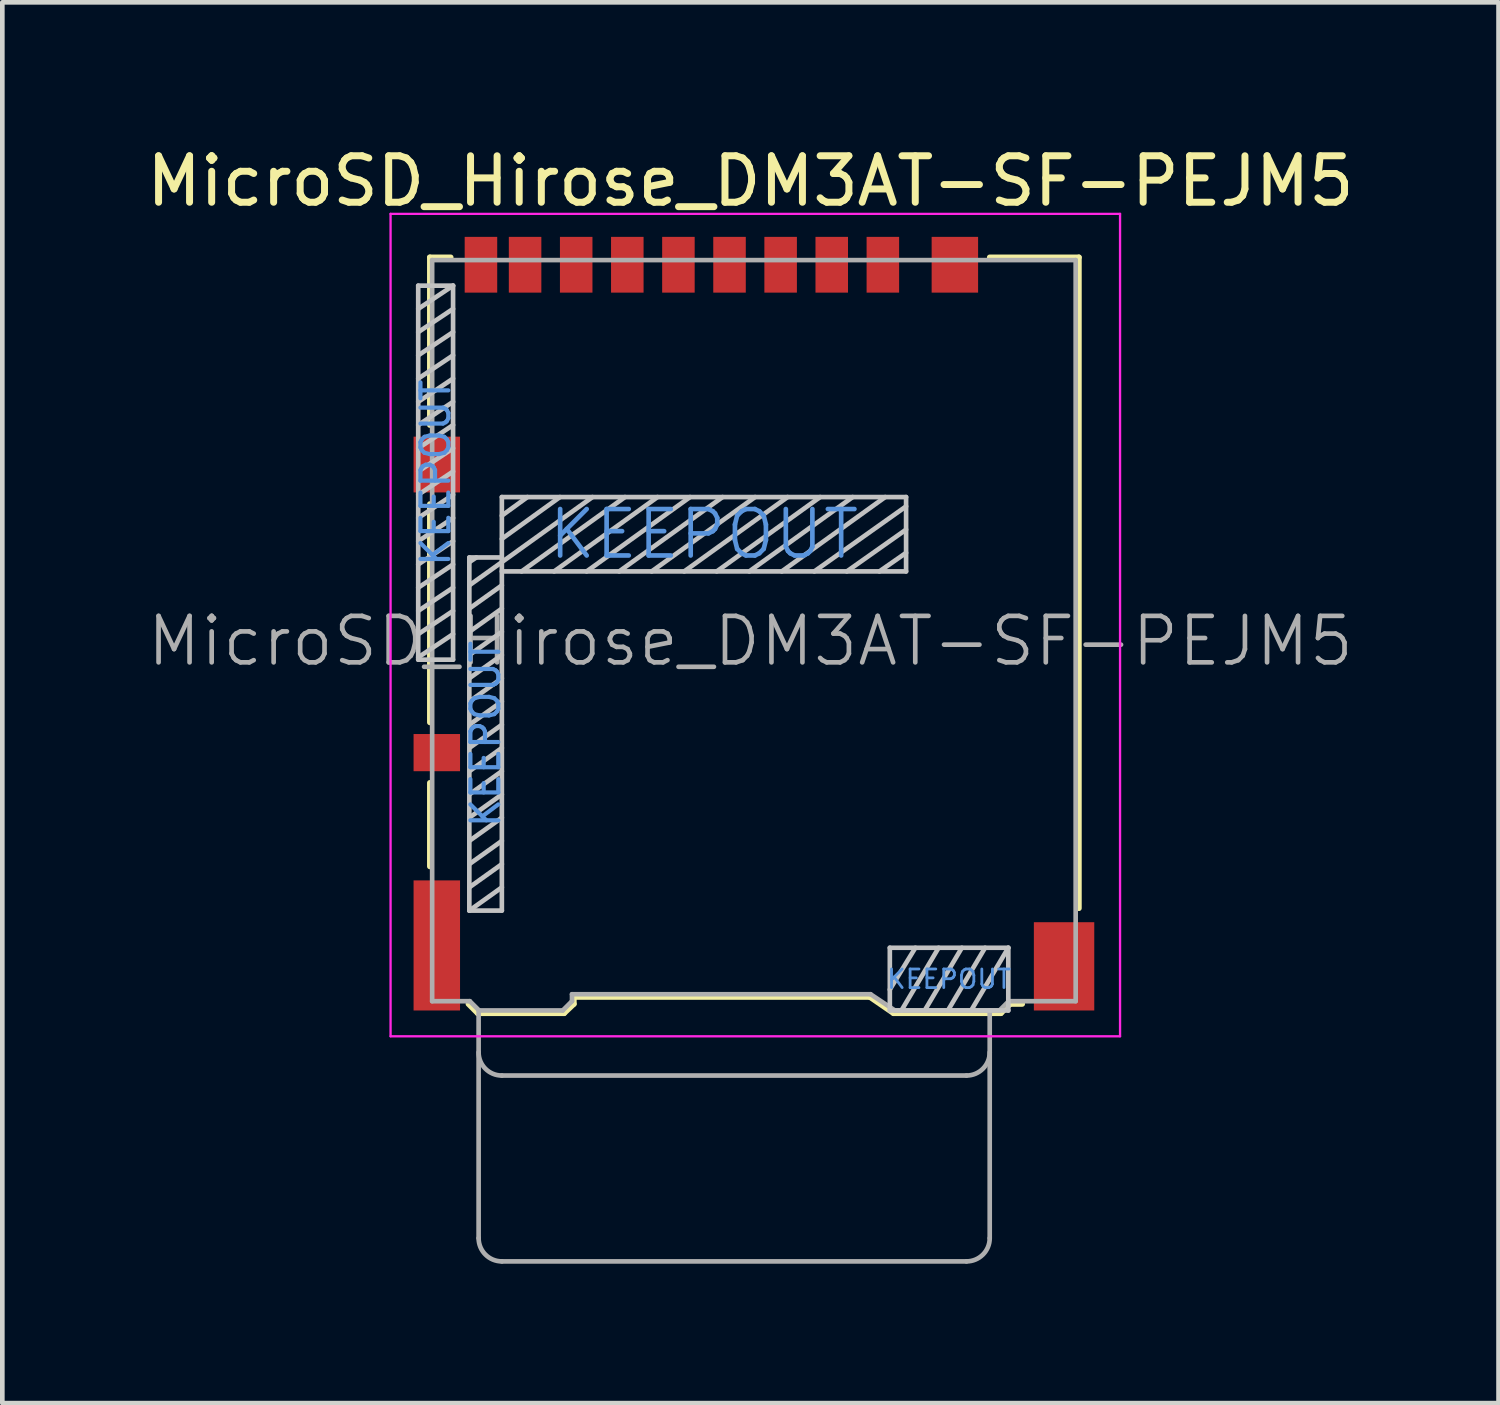
<source format=kicad_pcb>
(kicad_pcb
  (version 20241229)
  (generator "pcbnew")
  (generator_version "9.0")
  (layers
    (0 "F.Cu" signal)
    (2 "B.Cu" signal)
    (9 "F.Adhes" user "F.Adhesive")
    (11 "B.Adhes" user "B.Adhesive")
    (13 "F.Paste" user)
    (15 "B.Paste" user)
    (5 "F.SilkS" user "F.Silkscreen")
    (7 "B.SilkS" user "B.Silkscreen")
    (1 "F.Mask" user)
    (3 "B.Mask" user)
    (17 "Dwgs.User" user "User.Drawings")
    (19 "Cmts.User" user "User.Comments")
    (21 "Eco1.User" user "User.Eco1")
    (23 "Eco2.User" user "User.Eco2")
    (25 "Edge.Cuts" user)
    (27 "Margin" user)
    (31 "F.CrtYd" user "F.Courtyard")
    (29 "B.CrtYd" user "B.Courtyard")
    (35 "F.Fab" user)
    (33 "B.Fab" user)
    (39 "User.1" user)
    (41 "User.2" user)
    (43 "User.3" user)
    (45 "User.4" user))
  (footprint "MicroSD_Hirose_DM3AT-SF-PEJM5"
    (layer "F.Cu")
    (at 13.176 10.373)
    (property "Reference" "MicroSD_Hirose_DM3AT-SF-PEJM5" (at -0.075 -9.525 0) (layer "F.SilkS") (effects (font (size 1 1) (thickness 0.15))))
    (attr smd)
    (fp_line (start -6.975 -7.885) (end -6.975 -4.275) (stroke (width 0.12) (type solid)) (layer "F.SilkS"))
    (fp_line (start -6.975 -2.575) (end -6.975 2.125) (stroke (width 0.12) (type solid)) (layer "F.SilkS"))
    (fp_line (start -6.975 3.425) (end -6.975 5.225) (stroke (width 0.12) (type solid)) (layer "F.SilkS"))
    (fp_line (start -6.525 -7.885) (end -6.975 -7.885) (stroke (width 0.12) (type solid)) (layer "F.SilkS"))
    (fp_line (start -5.945 8.385) (end -6.145 8.185) (stroke (width 0.12) (type solid)) (layer "F.SilkS"))
    (fp_line (start -5.945 8.385) (end -4.085 8.385) (stroke (width 0.12) (type solid)) (layer "F.SilkS"))
    (fp_line (start -4.085 8.385) (end -3.875 8.185) (stroke (width 0.12) (type solid)) (layer "F.SilkS"))
    (fp_line (start -3.875 8.035) (end -3.875 8.185) (stroke (width 0.12) (type solid)) (layer "F.SilkS"))
    (fp_line (start -3.875 8.035) (end 2.495 8.035) (stroke (width 0.12) (type solid)) (layer "F.SilkS"))
    (fp_line (start 3.005 8.385) (end 2.495 8.035) (stroke (width 0.12) (type solid)) (layer "F.SilkS"))
    (fp_line (start 5.075 -7.885) (end 6.995 -7.885) (stroke (width 0.12) (type solid)) (layer "F.SilkS"))
    (fp_line (start 5.315 8.385) (end 3.005 8.385) (stroke (width 0.12) (type solid)) (layer "F.SilkS"))
    (fp_line (start 5.315 8.385) (end 5.515 8.185) (stroke (width 0.12) (type solid)) (layer "F.SilkS"))
    (fp_line (start 5.515 8.185) (end 5.775 8.185) (stroke (width 0.12) (type solid)) (layer "F.SilkS"))
    (fp_line (start 6.995 -7.885) (end 6.995 6.125) (stroke (width 0.12) (type solid)) (layer "F.SilkS"))
    (fp_line (start -7.225 -7.275) (end -6.475 -7.275) (stroke (width 0.1) (type solid)) (layer "Dwgs.User"))
    (fp_line (start -7.225 0.775) (end -7.225 -7.275) (stroke (width 0.1) (type solid)) (layer "Dwgs.User"))
    (fp_line (start -6.475 -7.275) (end -7.225 -6.775) (stroke (width 0.1) (type solid)) (layer "Dwgs.User"))
    (fp_line (start -6.475 -7.275) (end -6.475 0.775) (stroke (width 0.1) (type solid)) (layer "Dwgs.User"))
    (fp_line (start -6.475 -6.775) (end -7.225 -6.275) (stroke (width 0.1) (type solid)) (layer "Dwgs.User"))
    (fp_line (start -6.475 -6.275) (end -7.225 -5.775) (stroke (width 0.1) (type solid)) (layer "Dwgs.User"))
    (fp_line (start -6.475 -5.775) (end -7.225 -5.275) (stroke (width 0.1) (type solid)) (layer "Dwgs.User"))
    (fp_line (start -6.475 -5.275) (end -7.225 -4.775) (stroke (width 0.1) (type solid)) (layer "Dwgs.User"))
    (fp_line (start -6.475 -4.775) (end -7.225 -4.275) (stroke (width 0.1) (type solid)) (layer "Dwgs.User"))
    (fp_line (start -6.475 -4.275) (end -7.225 -3.775) (stroke (width 0.1) (type solid)) (layer "Dwgs.User"))
    (fp_line (start -6.475 -3.775) (end -7.225 -3.275) (stroke (width 0.1) (type solid)) (layer "Dwgs.User"))
    (fp_line (start -6.475 -3.275) (end -7.225 -2.775) (stroke (width 0.1) (type solid)) (layer "Dwgs.User"))
    (fp_line (start -6.475 -2.775) (end -7.225 -2.275) (stroke (width 0.1) (type solid)) (layer "Dwgs.User"))
    (fp_line (start -6.475 -2.275) (end -7.225 -1.775) (stroke (width 0.1) (type solid)) (layer "Dwgs.User"))
    (fp_line (start -6.475 -1.775) (end -7.225 -1.275) (stroke (width 0.1) (type solid)) (layer "Dwgs.User"))
    (fp_line (start -6.475 -1.275) (end -7.225 -0.775) (stroke (width 0.1) (type solid)) (layer "Dwgs.User"))
    (fp_line (start -6.475 -0.775) (end -7.225 -0.275) (stroke (width 0.1) (type solid)) (layer "Dwgs.User"))
    (fp_line (start -6.475 -0.275) (end -7.225 0.225) (stroke (width 0.1) (type solid)) (layer "Dwgs.User"))
    (fp_line (start -6.475 0.225) (end -7.225 0.725) (stroke (width 0.1) (type solid)) (layer "Dwgs.User"))
    (fp_line (start -6.475 0.775) (end -7.225 0.775) (stroke (width 0.1) (type solid)) (layer "Dwgs.User"))
    (fp_line (start -6.125 -1.425) (end -5.425 -1.425) (stroke (width 0.1) (type solid)) (layer "Dwgs.User"))
    (fp_line (start -6.125 -1.325) (end -5.975 -1.425) (stroke (width 0.1) (type solid)) (layer "Dwgs.User"))
    (fp_line (start -6.125 -0.825) (end -5.425 -1.325) (stroke (width 0.1) (type solid)) (layer "Dwgs.User"))
    (fp_line (start -6.125 -0.325) (end -5.425 -0.825) (stroke (width 0.1) (type solid)) (layer "Dwgs.User"))
    (fp_line (start -6.125 0.175) (end -5.425 -0.325) (stroke (width 0.1) (type solid)) (layer "Dwgs.User"))
    (fp_line (start -6.125 0.675) (end -5.425 0.175) (stroke (width 0.1) (type solid)) (layer "Dwgs.User"))
    (fp_line (start -6.125 1.175) (end -5.425 0.675) (stroke (width 0.1) (type solid)) (layer "Dwgs.User"))
    (fp_line (start -6.125 1.675) (end -5.425 1.175) (stroke (width 0.1) (type solid)) (layer "Dwgs.User"))
    (fp_line (start -6.125 2.175) (end -5.425 1.675) (stroke (width 0.1) (type solid)) (layer "Dwgs.User"))
    (fp_line (start -6.125 2.675) (end -5.425 2.175) (stroke (width 0.1) (type solid)) (layer "Dwgs.User"))
    (fp_line (start -6.125 3.175) (end -5.425 2.675) (stroke (width 0.1) (type solid)) (layer "Dwgs.User"))
    (fp_line (start -6.125 3.675) (end -5.425 3.175) (stroke (width 0.1) (type solid)) (layer "Dwgs.User"))
    (fp_line (start -6.125 4.175) (end -5.425 3.675) (stroke (width 0.1) (type solid)) (layer "Dwgs.User"))
    (fp_line (start -6.125 4.675) (end -5.425 4.175) (stroke (width 0.1) (type solid)) (layer "Dwgs.User"))
    (fp_line (start -6.125 5.175) (end -5.425 4.675) (stroke (width 0.1) (type solid)) (layer "Dwgs.User"))
    (fp_line (start -6.125 5.675) (end -5.425 5.175) (stroke (width 0.1) (type solid)) (layer "Dwgs.User"))
    (fp_line (start -6.125 6.175) (end -6.125 -1.425) (stroke (width 0.1) (type solid)) (layer "Dwgs.User"))
    (fp_line (start -6.125 6.175) (end -5.425 5.675) (stroke (width 0.1) (type solid)) (layer "Dwgs.User"))
    (fp_line (start -5.425 -2.725) (end -5.425 6.175) (stroke (width 0.1) (type solid)) (layer "Dwgs.User"))
    (fp_line (start -5.425 -2.725) (end 3.275 -2.725) (stroke (width 0.1) (type solid)) (layer "Dwgs.User"))
    (fp_line (start -5.425 -1.325) (end -3.475 -2.725) (stroke (width 0.1) (type solid)) (layer "Dwgs.User"))
    (fp_line (start -5.425 6.175) (end -6.125 6.175) (stroke (width 0.1) (type solid)) (layer "Dwgs.User"))
    (fp_line (start -4.875 -2.725) (end -5.425 -2.325) (stroke (width 0.1) (type solid)) (layer "Dwgs.User"))
    (fp_line (start -4.175 -2.725) (end -5.425 -1.825) (stroke (width 0.1) (type solid)) (layer "Dwgs.User"))
    (fp_line (start -2.775 -2.725) (end -5 -1.125) (stroke (width 0.1) (type solid)) (layer "Dwgs.User"))
    (fp_line (start -2.075 -2.725) (end -4.3 -1.125) (stroke (width 0.1) (type solid)) (layer "Dwgs.User"))
    (fp_line (start -1.375 -2.725) (end -3.6 -1.125) (stroke (width 0.1) (type solid)) (layer "Dwgs.User"))
    (fp_line (start -0.675 -2.725) (end -2.9 -1.125) (stroke (width 0.1) (type solid)) (layer "Dwgs.User"))
    (fp_line (start 0.025 -2.725) (end -2.2 -1.125) (stroke (width 0.1) (type solid)) (layer "Dwgs.User"))
    (fp_line (start 0.725 -2.725) (end -1.5 -1.125) (stroke (width 0.1) (type solid)) (layer "Dwgs.User"))
    (fp_line (start 1.425 -2.725) (end -0.8 -1.125) (stroke (width 0.1) (type solid)) (layer "Dwgs.User"))
    (fp_line (start 2.125 -2.725) (end -0.1 -1.125) (stroke (width 0.1) (type solid)) (layer "Dwgs.User"))
    (fp_line (start 2.825 -2.725) (end 0.6 -1.125) (stroke (width 0.1) (type solid)) (layer "Dwgs.User"))
    (fp_line (start 2.925 6.975) (end 5.475 6.975) (stroke (width 0.1) (type solid)) (layer "Dwgs.User"))
    (fp_line (start 2.925 8.325) (end 2.925 6.975) (stroke (width 0.1) (type solid)) (layer "Dwgs.User"))
    (fp_line (start 3.275 -2.725) (end 3.275 -1.125) (stroke (width 0.1) (type solid)) (layer "Dwgs.User"))
    (fp_line (start 3.275 -2.525) (end 1.3 -1.125) (stroke (width 0.1) (type solid)) (layer "Dwgs.User"))
    (fp_line (start 3.275 -2.025) (end 2 -1.125) (stroke (width 0.1) (type solid)) (layer "Dwgs.User"))
    (fp_line (start 3.275 -1.525) (end 2.7 -1.125) (stroke (width 0.1) (type solid)) (layer "Dwgs.User"))
    (fp_line (start 3.275 -1.125) (end -5.425 -1.125) (stroke (width 0.1) (type solid)) (layer "Dwgs.User"))
    (fp_line (start 3.475 6.975) (end 2.925 7.875) (stroke (width 0.1) (type solid)) (layer "Dwgs.User"))
    (fp_line (start 3.975 6.975) (end 3.175 8.325) (stroke (width 0.1) (type solid)) (layer "Dwgs.User"))
    (fp_line (start 4.475 6.975) (end 3.675 8.325) (stroke (width 0.1) (type solid)) (layer "Dwgs.User"))
    (fp_line (start 4.975 6.975) (end 4.175 8.325) (stroke (width 0.1) (type solid)) (layer "Dwgs.User"))
    (fp_line (start 5.475 6.975) (end 4.675 8.325) (stroke (width 0.1) (type solid)) (layer "Dwgs.User"))
    (fp_line (start 5.475 6.975) (end 5.475 8.325) (stroke (width 0.1) (type solid)) (layer "Dwgs.User"))
    (fp_line (start 5.475 8.325) (end 2.925 8.325) (stroke (width 0.1) (type solid)) (layer "Dwgs.User"))
    (fp_line (start -7.82 -8.82) (end 7.88 -8.82) (stroke (width 0.05) (type solid)) (layer "F.CrtYd"))
    (fp_line (start -7.82 8.88) (end -7.82 -8.82) (stroke (width 0.05) (type solid)) (layer "F.CrtYd"))
    (fp_line (start 7.88 -8.82) (end 7.88 8.88) (stroke (width 0.05) (type solid)) (layer "F.CrtYd"))
    (fp_line (start 7.88 8.88) (end -7.82 8.88) (stroke (width 0.05) (type solid)) (layer "F.CrtYd"))
    (fp_line (start -6.925 8.125) (end -6.925 -7.825) (stroke (width 0.1) (type solid)) (layer "F.Fab"))
    (fp_line (start -6.115 8.125) (end -6.925 8.125) (stroke (width 0.1) (type solid)) (layer "F.Fab"))
    (fp_line (start -5.925 8.325) (end -5.925 13.225) (stroke (width 0.1) (type solid)) (layer "F.Fab"))
    (fp_line (start -5.915 8.325) (end -6.115 8.125) (stroke (width 0.1) (type solid)) (layer "F.Fab"))
    (fp_line (start -5.425 9.725) (end 4.575 9.725) (stroke (width 0.1) (type solid)) (layer "F.Fab"))
    (fp_line (start -5.425 13.725) (end 4.575 13.725) (stroke (width 0.1) (type solid)) (layer "F.Fab"))
    (fp_line (start -4.115 8.325) (end -5.915 8.325) (stroke (width 0.1) (type solid)) (layer "F.Fab"))
    (fp_line (start -3.915 8.125) (end -4.115 8.325) (stroke (width 0.1) (type solid)) (layer "F.Fab"))
    (fp_line (start -3.915 8.125) (end -3.915 7.975) (stroke (width 0.1) (type solid)) (layer "F.Fab"))
    (fp_line (start 2.51 7.975) (end -3.915 7.975) (stroke (width 0.1) (type solid)) (layer "F.Fab"))
    (fp_line (start 3.035 8.325) (end 2.51 7.975) (stroke (width 0.1) (type solid)) (layer "F.Fab"))
    (fp_line (start 5.075 13.225) (end 5.075 8.325) (stroke (width 0.1) (type solid)) (layer "F.Fab"))
    (fp_line (start 5.285 8.325) (end 3.035 8.325) (stroke (width 0.1) (type solid)) (layer "F.Fab"))
    (fp_line (start 5.285 8.325) (end 5.485 8.125) (stroke (width 0.1) (type solid)) (layer "F.Fab"))
    (fp_line (start 5.485 8.125) (end 6.925 8.125) (stroke (width 0.1) (type solid)) (layer "F.Fab"))
    (fp_line (start 6.925 -7.825) (end -6.925 -7.825) (stroke (width 0.1) (type solid)) (layer "F.Fab"))
    (fp_line (start 6.925 8.125) (end 6.925 -7.825) (stroke (width 0.1) (type solid)) (layer "F.Fab"))
    (fp_arc (start -5.425 9.725) (mid -5.778553 9.578553) (end -5.925 9.225) (stroke (width 0.1) (type solid)) (layer "F.Fab"))
    (fp_arc (start -5.425 13.725) (mid -5.778553 13.578553) (end -5.925 13.225) (stroke (width 0.1) (type solid)) (layer "F.Fab"))
    (fp_arc (start 5.075 9.225) (mid 4.928553 9.578553) (end 4.575 9.725) (stroke (width 0.1) (type solid)) (layer "F.Fab"))
    (fp_arc (start 5.075 13.225) (mid 4.928553 13.578553) (end 4.575 13.725) (stroke (width 0.1) (type solid)) (layer "F.Fab"))
    (fp_text user "KEEPOUT" (at -6.85 -3.25 90) (layer "Cmts.User") (effects (font (size 0.6 0.6) (thickness 0.09))))
    (fp_text user "KEEPOUT" (at -1.075 -1.925 0) (layer "Cmts.User") (effects (font (size 1 1) (thickness 0.1))))
    (fp_text user "KEEPOUT" (at 4.2 7.65 0) (layer "Cmts.User") (effects (font (size 0.4 0.4) (thickness 0.06))))
    (fp_text user "KEEPOUT" (at -5.775 2.375 90) (layer "Cmts.User") (effects (font (size 0.6 0.6) (thickness 0.09))))
    (fp_text user "${REFERENCE}" (at -0.075 0.375 0) (layer "F.Fab") (effects (font (size 1 1) (thickness 0.1))))
    (pad "1" smd rect (at 2.775 -7.725) (size 0.7 1.2) (layers "F.Cu" "F.Mask" "F.Paste"))
    (pad "2" smd rect (at 1.675 -7.725) (size 0.7 1.2) (layers "F.Cu" "F.Mask" "F.Paste"))
    (pad "3" smd rect (at 0.575 -7.725) (size 0.7 1.2) (layers "F.Cu" "F.Mask" "F.Paste"))
    (pad "4" smd rect (at -0.525 -7.725) (size 0.7 1.2) (layers "F.Cu" "F.Mask" "F.Paste"))
    (pad "5" smd rect (at -1.625 -7.725) (size 0.7 1.2) (layers "F.Cu" "F.Mask" "F.Paste"))
    (pad "6" smd rect (at -2.725 -7.725) (size 0.7 1.2) (layers "F.Cu" "F.Mask" "F.Paste"))
    (pad "7" smd rect (at -3.825 -7.725) (size 0.7 1.2) (layers "F.Cu" "F.Mask" "F.Paste"))
    (pad "8" smd rect (at -4.925 -7.725) (size 0.7 1.2) (layers "F.Cu" "F.Mask" "F.Paste"))
    (pad "9" smd rect (at -5.875 -7.725) (size 0.7 1.2) (layers "F.Cu" "F.Mask" "F.Paste"))
    (pad "10" smd rect (at -6.825 2.775) (size 1 0.8) (layers "F.Cu" "F.Mask" "F.Paste"))
    (pad "11" smd rect (at -6.825 -3.425) (size 1 1.2) (layers "F.Cu" "F.Mask" "F.Paste"))
    (pad "11" smd rect (at -6.825 6.925) (size 1 2.8) (layers "F.Cu" "F.Mask" "F.Paste"))
    (pad "11" smd rect (at 4.325 -7.725) (size 1 1.2) (layers "F.Cu" "F.Mask" "F.Paste"))
    (pad "11" smd rect (at 6.675 7.375) (size 1.3 1.9) (layers "F.Cu" "F.Mask" "F.Paste")))
  (gr_rect
    (start -3 -3)
    (end 29.202 27.148)
    (stroke (width 0.1) (type default))
    (fill no)
    (layer "Edge.Cuts")))
</source>
